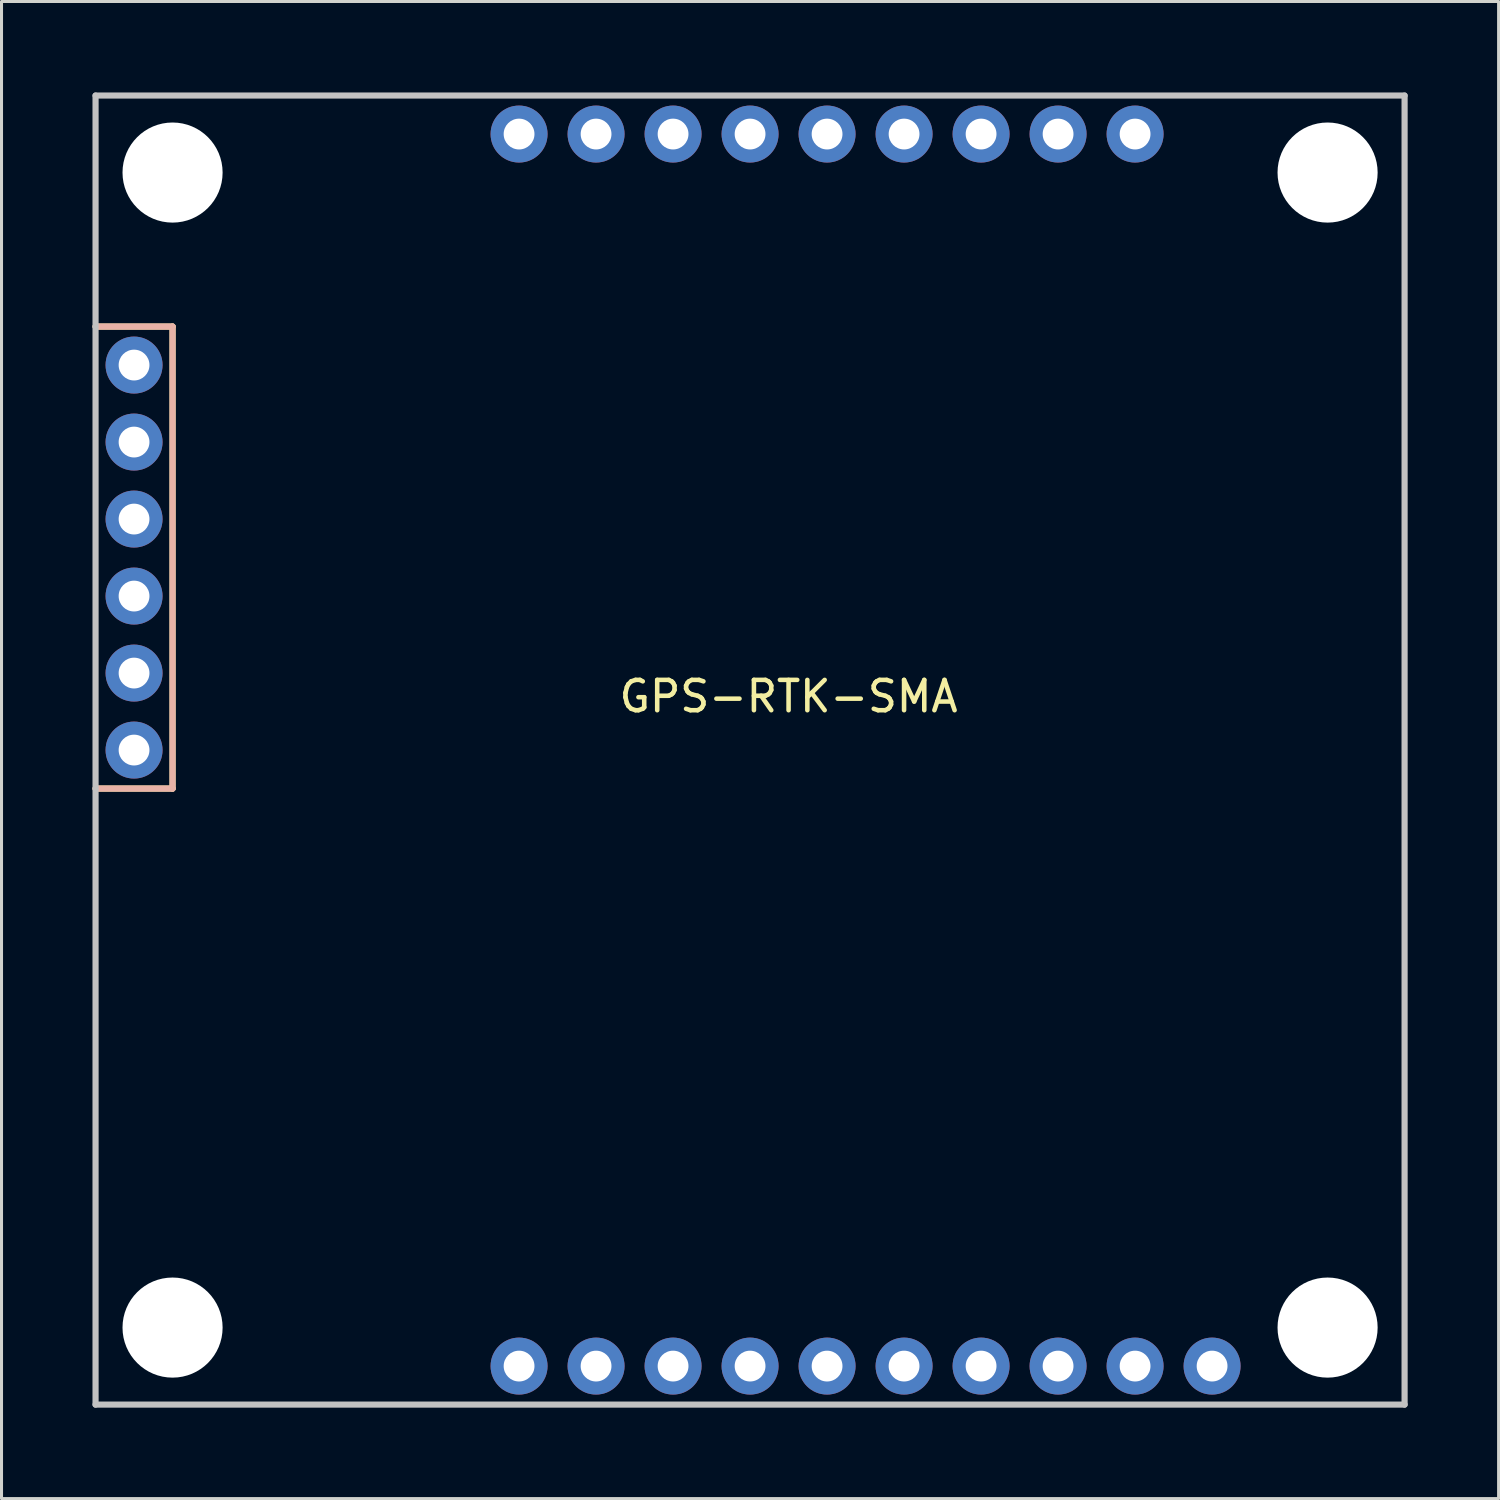
<source format=kicad_pcb>
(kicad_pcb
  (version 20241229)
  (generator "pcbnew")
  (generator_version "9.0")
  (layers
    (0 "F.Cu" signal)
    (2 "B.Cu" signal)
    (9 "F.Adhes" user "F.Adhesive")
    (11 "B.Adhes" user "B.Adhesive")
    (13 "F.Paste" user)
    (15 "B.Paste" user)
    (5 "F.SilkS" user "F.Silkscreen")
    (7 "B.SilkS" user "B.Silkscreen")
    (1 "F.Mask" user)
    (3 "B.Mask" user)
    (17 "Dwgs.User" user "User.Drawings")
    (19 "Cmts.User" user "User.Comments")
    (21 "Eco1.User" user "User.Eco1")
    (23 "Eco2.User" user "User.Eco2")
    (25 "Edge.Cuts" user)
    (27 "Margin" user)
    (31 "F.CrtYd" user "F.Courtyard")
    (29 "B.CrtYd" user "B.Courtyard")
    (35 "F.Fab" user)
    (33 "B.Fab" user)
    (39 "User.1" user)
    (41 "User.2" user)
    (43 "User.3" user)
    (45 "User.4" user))
  (footprint "GPS-RTK-SMA"
    (layer "F.Cu")
    (at 21.692 21.692)
    (property "Reference" "GPS-RTK-SMA" (at 1.27 -1.77 0) (unlocked yes) (layer "F.SilkS") (effects (font (size 1 1) (thickness 0.15))))
    (attr through_hole)
    (fp_line (start -21.59 -13.97) (end -19.05 -13.97) (stroke (width 0.203) (type solid)) (layer "F.SilkS"))
    (fp_line (start -19.05 -13.97) (end -19.05 1.27) (stroke (width 0.203) (type solid)) (layer "F.SilkS"))
    (fp_line (start -19.05 1.27) (end -21.59 1.27) (stroke (width 0.203) (type solid)) (layer "F.SilkS"))
    (fp_line (start -21.59 -13.97) (end -19.05 -13.97) (stroke (width 0.203) (type solid)) (layer "B.SilkS"))
    (fp_line (start -19.05 -13.97) (end -19.05 1.27) (stroke (width 0.203) (type solid)) (layer "B.SilkS"))
    (fp_line (start -19.05 1.27) (end -21.59 1.27) (stroke (width 0.203) (type solid)) (layer "B.SilkS"))
    (fp_line (start -21.59 -21.59) (end 21.59 -21.59) (stroke (width 0.203) (type solid)) (layer "Dwgs.User"))
    (fp_line (start -21.59 21.59) (end -21.59 -21.59) (stroke (width 0.203) (type solid)) (layer "Dwgs.User"))
    (fp_line (start 21.59 -21.59) (end 21.59 21.59) (stroke (width 0.203) (type solid)) (layer "Dwgs.User"))
    (fp_line (start 21.59 21.59) (end -21.59 21.59) (stroke (width 0.203) (type solid)) (layer "Dwgs.User"))
    (pad "" np_thru_hole circle (at -19.05 -19.05 90) (size 3.302 3.302) (drill 3.302) (layers "*.Cu" "*.Mask"))
    (pad "" np_thru_hole circle (at -19.05 19.05 90) (size 3.302 3.302) (drill 3.302) (layers "*.Cu" "*.Mask"))
    (pad "" np_thru_hole circle (at 19.05 -19.05 90) (size 3.302 3.302) (drill 3.302) (layers "*.Cu" "*.Mask"))
    (pad "" np_thru_hole circle (at 19.05 19.05 90) (size 3.302 3.302) (drill 3.302) (layers "*.Cu" "*.Mask"))
    (pad "0" thru_hole circle (at -20.32 -12.7) (size 1.88 1.88) (drill 1.016) (layers "*.Cu" "*.Mask"))
    (pad "0" thru_hole circle (at -20.32 -2.54) (size 1.88 1.88) (drill 1.016) (layers "*.Cu" "*.Mask"))
    (pad "1" thru_hole circle (at -7.62 -20.32 270) (size 1.88 1.88) (drill 1.016) (layers "*.Cu" "*.Mask"))
    (pad "2" thru_hole circle (at -5.08 -20.32 270) (size 1.88 1.88) (drill 1.016) (layers "*.Cu" "*.Mask"))
    (pad "3" thru_hole circle (at -2.54 -20.32 270) (size 1.88 1.88) (drill 1.016) (layers "*.Cu" "*.Mask"))
    (pad "4" thru_hole circle (at 0 -20.32 270) (size 1.88 1.88) (drill 1.016) (layers "*.Cu" "*.Mask"))
    (pad "5" thru_hole circle (at 2.54 -20.32 270) (size 1.88 1.88) (drill 1.016) (layers "*.Cu" "*.Mask"))
    (pad "6" thru_hole circle (at 5.08 -20.32 270) (size 1.88 1.88) (drill 1.016) (layers "*.Cu" "*.Mask"))
    (pad "7" thru_hole circle (at 7.62 -20.32 270) (size 1.88 1.88) (drill 1.016) (layers "*.Cu" "*.Mask"))
    (pad "8" thru_hole circle (at 10.16 -20.32 270) (size 1.88 1.88) (drill 1.016) (layers "*.Cu" "*.Mask"))
    (pad "9" thru_hole circle (at 12.7 -20.32 270) (size 1.88 1.88) (drill 1.016) (layers "*.Cu" "*.Mask"))
    (pad "10" thru_hole circle (at 15.24 20.32 90) (size 1.88 1.88) (drill 1.016) (layers "*.Cu" "*.Mask"))
    (pad "11" thru_hole circle (at 12.7 20.32 90) (size 1.88 1.88) (drill 1.016) (layers "*.Cu" "*.Mask"))
    (pad "12" thru_hole circle (at 10.16 20.32 90) (size 1.88 1.88) (drill 1.016) (layers "*.Cu" "*.Mask"))
    (pad "13" thru_hole circle (at 7.62 20.32 90) (size 1.88 1.88) (drill 1.016) (layers "*.Cu" "*.Mask"))
    (pad "14" thru_hole circle (at 5.08 20.32 90) (size 1.88 1.88) (drill 1.016) (layers "*.Cu" "*.Mask"))
    (pad "15" thru_hole circle (at 2.54 20.32 90) (size 1.88 1.88) (drill 1.016) (layers "*.Cu" "*.Mask"))
    (pad "16" thru_hole circle (at 0 20.32 90) (size 1.88 1.88) (drill 1.016) (layers "*.Cu" "*.Mask"))
    (pad "17" thru_hole circle (at -2.54 20.32 90) (size 1.88 1.88) (drill 1.016) (layers "*.Cu" "*.Mask"))
    (pad "18" thru_hole circle (at -5.08 20.32 90) (size 1.88 1.88) (drill 1.016) (layers "*.Cu" "*.Mask"))
    (pad "19" thru_hole circle (at -7.62 20.32 90) (size 1.88 1.88) (drill 1.016) (layers "*.Cu" "*.Mask"))
    (pad "20" thru_hole circle (at -20.32 0) (size 1.88 1.88) (drill 1.016) (layers "*.Cu" "*.Mask"))
    (pad "21" thru_hole circle (at -20.32 -5.08) (size 1.88 1.88) (drill 1.016) (layers "*.Cu" "*.Mask"))
    (pad "22" thru_hole circle (at -20.32 -7.62) (size 1.88 1.88) (drill 1.016) (layers "*.Cu" "*.Mask"))
    (pad "23" thru_hole circle (at -20.32 -10.16) (size 1.88 1.88) (drill 1.016) (layers "*.Cu" "*.Mask")))
  (gr_rect
    (start -3 -3)
    (end 46.383 46.383)
    (stroke (width 0.1) (type default))
    (fill no)
    (layer "Edge.Cuts")))
</source>
